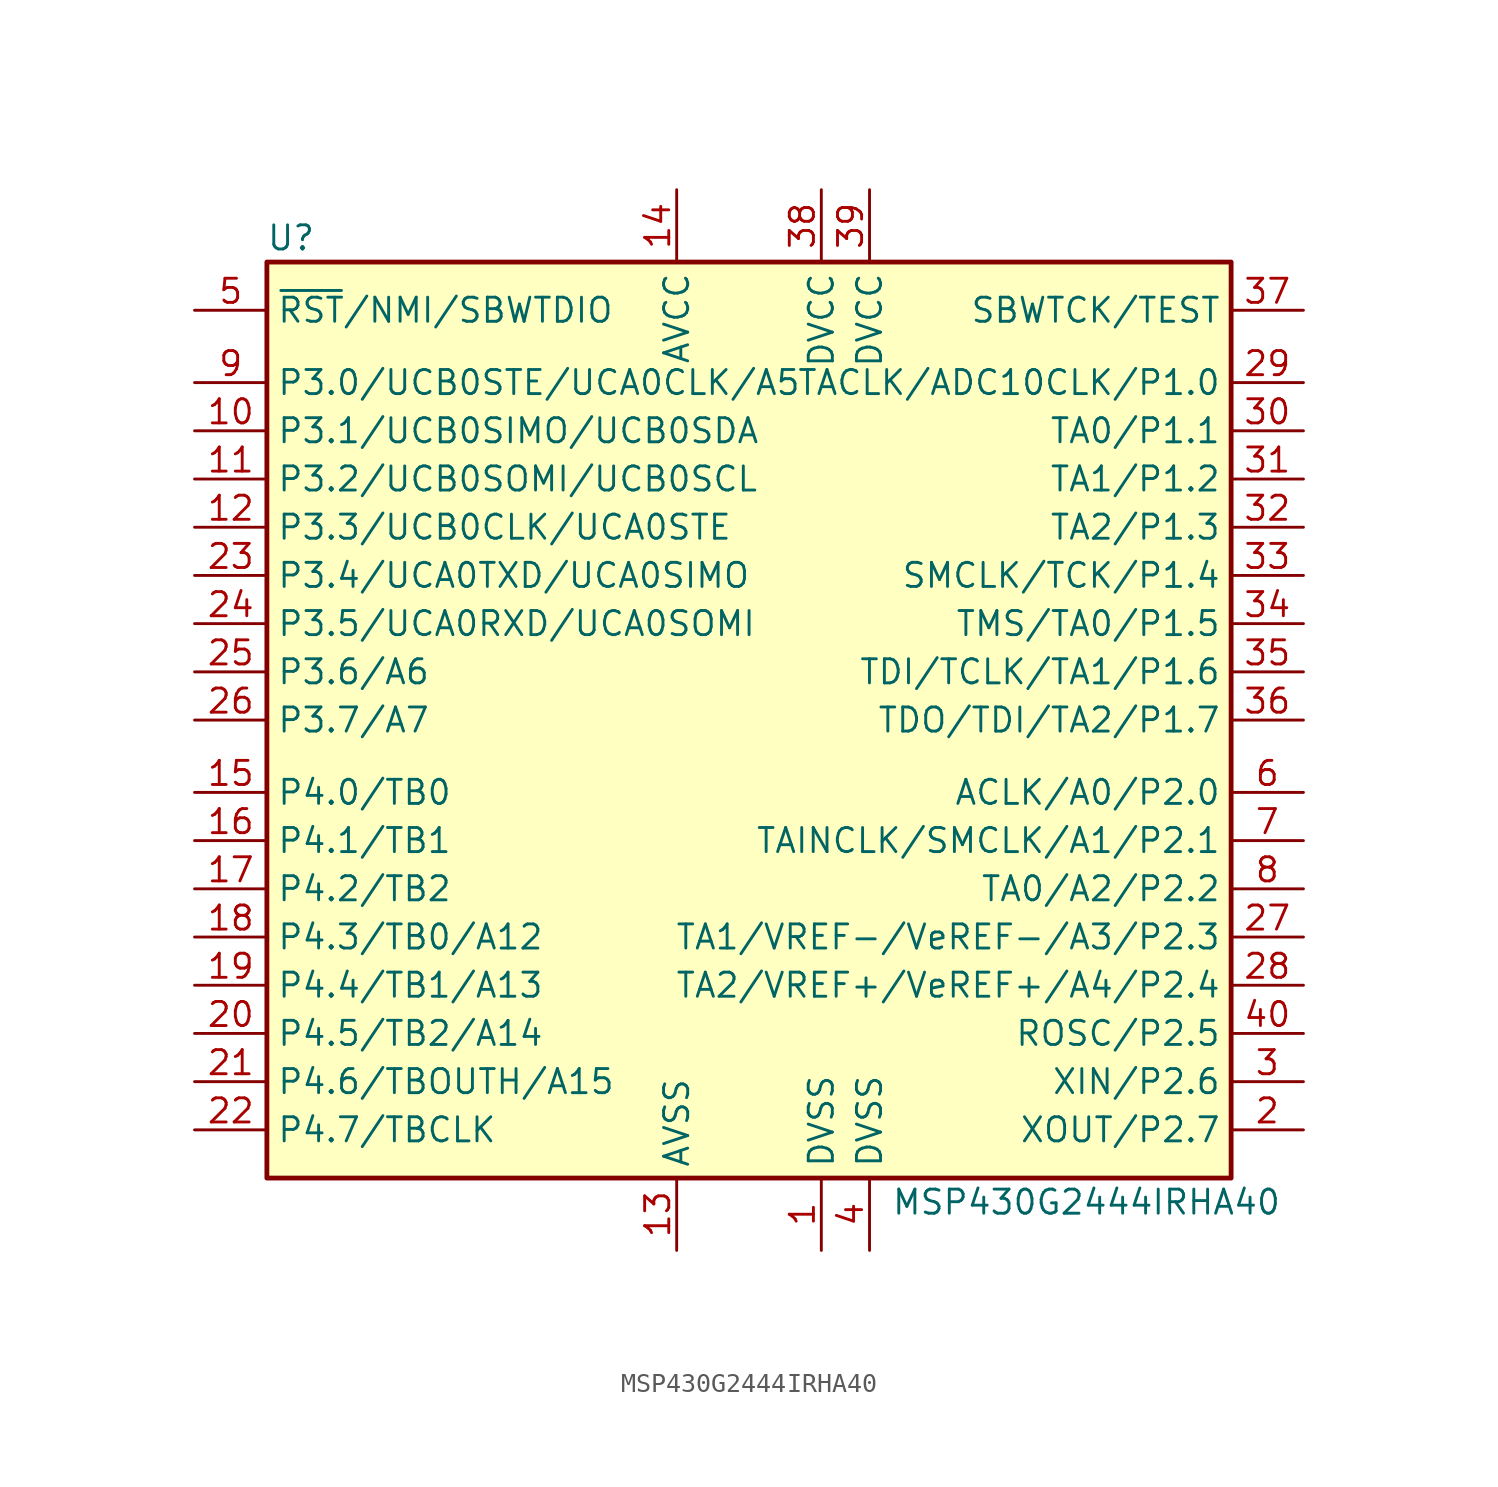
<source format=kicad_sym>
(kicad_symbol_lib
  (version 20211014)
  (generator kicad_symbol_editor)
  (symbol "MSP430G2444IRHA40"
    (property "Reference" "U"
      (at -24.13 25.4 0)
      (effects (font (size 1.27 1.27))))
    (property "Value" "MSP430G2444IRHA40"
      (at 17.78 -25.4 0)
      (effects (font (size 1.27 1.27))))
    (symbol "MSP430G2444IRHA40_0_1"
      (rectangle (start -25.4 24.13) (end 25.4 -24.13) (stroke (width 0.254) (type default) (color 0 0 0 0)) (fill (type background))))
    (symbol "MSP430G2444IRHA40_1_1"
      (pin power_in line (at 3.81 -27.94 90) (length 3.81) (name "DVSS" (effects (font (size 1.27 1.27)))) (number "1" (effects (font (size 1.27 1.27)))))
      (pin bidirectional line (at -29.21 15.24 0) (length 3.81) (name "P3.1/UCB0SIMO/UCB0SDA" (effects (font (size 1.27 1.27)))) (number "10" (effects (font (size 1.27 1.27)))))
      (pin bidirectional line (at -29.21 12.7 0) (length 3.81) (name "P3.2/UCB0SOMI/UCB0SCL" (effects (font (size 1.27 1.27)))) (number "11" (effects (font (size 1.27 1.27)))))
      (pin bidirectional line (at -29.21 10.16 0) (length 3.81) (name "P3.3/UCB0CLK/UCA0STE" (effects (font (size 1.27 1.27)))) (number "12" (effects (font (size 1.27 1.27)))))
      (pin power_in line (at -3.81 -27.94 90) (length 3.81) (name "AVSS" (effects (font (size 1.27 1.27)))) (number "13" (effects (font (size 1.27 1.27)))))
      (pin power_in line (at -3.81 27.94 270) (length 3.81) (name "AVCC" (effects (font (size 1.27 1.27)))) (number "14" (effects (font (size 1.27 1.27)))))
      (pin bidirectional line (at -29.21 -3.81 0) (length 3.81) (name "P4.0/TB0" (effects (font (size 1.27 1.27)))) (number "15" (effects (font (size 1.27 1.27)))))
      (pin bidirectional line (at -29.21 -6.35 0) (length 3.81) (name "P4.1/TB1" (effects (font (size 1.27 1.27)))) (number "16" (effects (font (size 1.27 1.27)))))
      (pin bidirectional line (at -29.21 -8.89 0) (length 3.81) (name "P4.2/TB2" (effects (font (size 1.27 1.27)))) (number "17" (effects (font (size 1.27 1.27)))))
      (pin bidirectional line (at -29.21 -11.43 0) (length 3.81) (name "P4.3/TB0/A12" (effects (font (size 1.27 1.27)))) (number "18" (effects (font (size 1.27 1.27)))))
      (pin bidirectional line (at -29.21 -13.97 0) (length 3.81) (name "P4.4/TB1/A13" (effects (font (size 1.27 1.27)))) (number "19" (effects (font (size 1.27 1.27)))))
      (pin bidirectional line (at 29.21 -21.59 180) (length 3.81) (name "XOUT/P2.7" (effects (font (size 1.27 1.27)))) (number "2" (effects (font (size 1.27 1.27)))))
      (pin bidirectional line (at -29.21 -16.51 0) (length 3.81) (name "P4.5/TB2/A14" (effects (font (size 1.27 1.27)))) (number "20" (effects (font (size 1.27 1.27)))))
      (pin bidirectional line (at -29.21 -19.05 0) (length 3.81) (name "P4.6/TBOUTH/A15" (effects (font (size 1.27 1.27)))) (number "21" (effects (font (size 1.27 1.27)))))
      (pin bidirectional line (at -29.21 -21.59 0) (length 3.81) (name "P4.7/TBCLK" (effects (font (size 1.27 1.27)))) (number "22" (effects (font (size 1.27 1.27)))))
      (pin bidirectional line (at -29.21 7.62 0) (length 3.81) (name "P3.4/UCA0TXD/UCA0SIMO" (effects (font (size 1.27 1.27)))) (number "23" (effects (font (size 1.27 1.27)))))
      (pin bidirectional line (at -29.21 5.08 0) (length 3.81) (name "P3.5/UCA0RXD/UCA0SOMI" (effects (font (size 1.27 1.27)))) (number "24" (effects (font (size 1.27 1.27)))))
      (pin bidirectional line (at -29.21 2.54 0) (length 3.81) (name "P3.6/A6" (effects (font (size 1.27 1.27)))) (number "25" (effects (font (size 1.27 1.27)))))
      (pin bidirectional line (at -29.21 0 0) (length 3.81) (name "P3.7/A7" (effects (font (size 1.27 1.27)))) (number "26" (effects (font (size 1.27 1.27)))))
      (pin bidirectional line (at 29.21 -11.43 180) (length 3.81) (name "TA1/VREF-/VeREF-/A3/P2.3" (effects (font (size 1.27 1.27)))) (number "27" (effects (font (size 1.27 1.27)))))
      (pin bidirectional line (at 29.21 -13.97 180) (length 3.81) (name "TA2/VREF+/VeREF+/A4/P2.4" (effects (font (size 1.27 1.27)))) (number "28" (effects (font (size 1.27 1.27)))))
      (pin bidirectional line (at 29.21 17.78 180) (length 3.81) (name "TACLK/ADC10CLK/P1.0" (effects (font (size 1.27 1.27)))) (number "29" (effects (font (size 1.27 1.27)))))
      (pin bidirectional line (at 29.21 -19.05 180) (length 3.81) (name "XIN/P2.6" (effects (font (size 1.27 1.27)))) (number "3" (effects (font (size 1.27 1.27)))))
      (pin bidirectional line (at 29.21 15.24 180) (length 3.81) (name "TA0/P1.1" (effects (font (size 1.27 1.27)))) (number "30" (effects (font (size 1.27 1.27)))))
      (pin bidirectional line (at 29.21 12.7 180) (length 3.81) (name "TA1/P1.2" (effects (font (size 1.27 1.27)))) (number "31" (effects (font (size 1.27 1.27)))))
      (pin bidirectional line (at 29.21 10.16 180) (length 3.81) (name "TA2/P1.3" (effects (font (size 1.27 1.27)))) (number "32" (effects (font (size 1.27 1.27)))))
      (pin bidirectional line (at 29.21 7.62 180) (length 3.81) (name "SMCLK/TCK/P1.4" (effects (font (size 1.27 1.27)))) (number "33" (effects (font (size 1.27 1.27)))))
      (pin bidirectional line (at 29.21 5.08 180) (length 3.81) (name "TMS/TA0/P1.5" (effects (font (size 1.27 1.27)))) (number "34" (effects (font (size 1.27 1.27)))))
      (pin bidirectional line (at 29.21 2.54 180) (length 3.81) (name "TDI/TCLK/TA1/P1.6" (effects (font (size 1.27 1.27)))) (number "35" (effects (font (size 1.27 1.27)))))
      (pin bidirectional line (at 29.21 0 180) (length 3.81) (name "TDO/TDI/TA2/P1.7" (effects (font (size 1.27 1.27)))) (number "36" (effects (font (size 1.27 1.27)))))
      (pin input line (at 29.21 21.59 180) (length 3.81) (name "SBWTCK/TEST" (effects (font (size 1.27 1.27)))) (number "37" (effects (font (size 1.27 1.27)))))
      (pin power_in line (at 3.81 27.94 270) (length 3.81) (name "DVCC" (effects (font (size 1.27 1.27)))) (number "38" (effects (font (size 1.27 1.27)))))
      (pin power_in line (at 6.35 27.94 270) (length 3.81) (name "DVCC" (effects (font (size 1.27 1.27)))) (number "39" (effects (font (size 1.27 1.27)))))
      (pin power_in line (at 6.35 -27.94 90) (length 3.81) (name "DVSS" (effects (font (size 1.27 1.27)))) (number "4" (effects (font (size 1.27 1.27)))))
      (pin bidirectional line (at 29.21 -16.51 180) (length 3.81) (name "ROSC/P2.5" (effects (font (size 1.27 1.27)))) (number "40" (effects (font (size 1.27 1.27)))))
      (pin input line (at -29.21 21.59 0) (length 3.81) (name "~{RST}/NMI/SBWTDIO" (effects (font (size 1.27 1.27)))) (number "5" (effects (font (size 1.27 1.27)))))
      (pin bidirectional line (at 29.21 -3.81 180) (length 3.81) (name "ACLK/A0/P2.0" (effects (font (size 1.27 1.27)))) (number "6" (effects (font (size 1.27 1.27)))))
      (pin bidirectional line (at 29.21 -6.35 180) (length 3.81) (name "TAINCLK/SMCLK/A1/P2.1" (effects (font (size 1.27 1.27)))) (number "7" (effects (font (size 1.27 1.27)))))
      (pin bidirectional line (at 29.21 -8.89 180) (length 3.81) (name "TA0/A2/P2.2" (effects (font (size 1.27 1.27)))) (number "8" (effects (font (size 1.27 1.27)))))
      (pin bidirectional line (at -29.21 17.78 0) (length 3.81) (name "P3.0/UCB0STE/UCA0CLK/A5" (effects (font (size 1.27 1.27)))) (number "9" (effects (font (size 1.27 1.27))))))))
</source>
